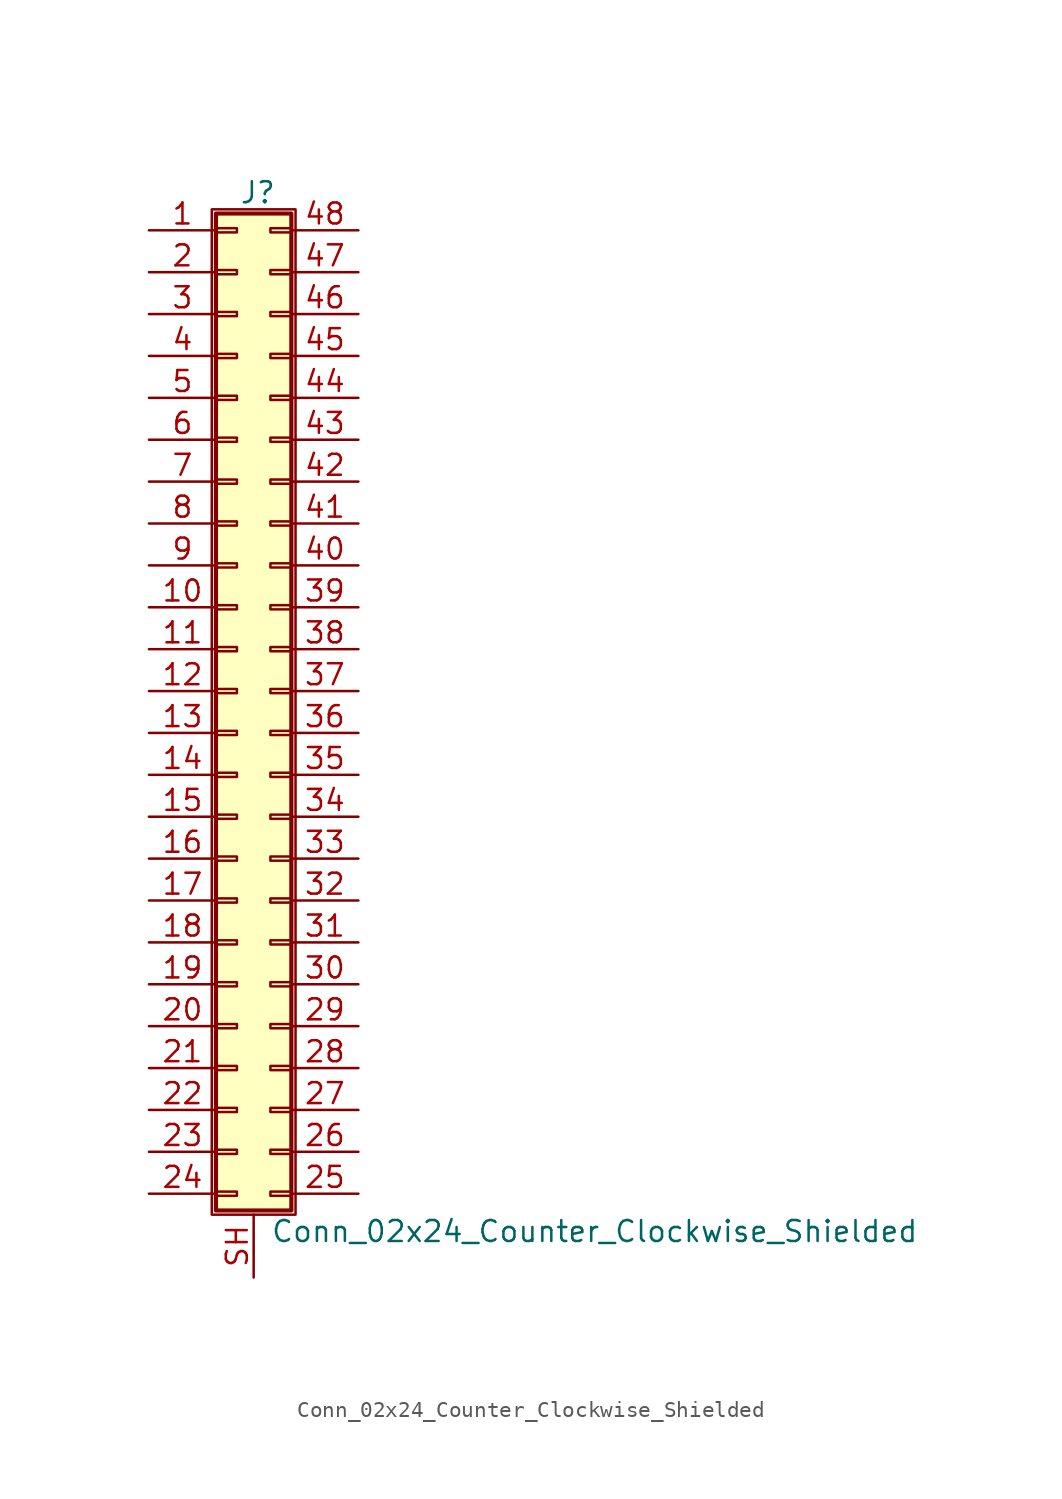
<source format=kicad_sym>
(kicad_symbol_lib
  (version 20201005)
  (generator kicad_symbol_editor)
  (symbol "Conn_02x24_Counter_Clockwise_Shielded"
    (pin_names
      (offset 1.016) hide)
    (property "Reference" "J"
      (at 1.524 30.226 0)
      (effects (font (size 1.27 1.27))))
    (property "Value" "Conn_02x24_Counter_Clockwise_Shielded"
      (at 2.286 -32.766 0)
      (effects (font (size 1.27 1.27)) (justify left)))
    (symbol "Conn_02x24_Counter_Clockwise_Shielded_1_1"
      (rectangle (start -1.27 29.21) (end 3.81 -31.75) (stroke (width 0.152)) (fill (type none)))
      (rectangle (start -1.016 -30.353) (end 0.254 -30.607) (stroke (width 0.152)) (fill (type none)))
      (rectangle (start -1.016 -27.813) (end 0.254 -28.067) (stroke (width 0.152)) (fill (type none)))
      (rectangle (start -1.016 -25.273) (end 0.254 -25.527) (stroke (width 0.152)) (fill (type none)))
      (rectangle (start -1.016 -22.733) (end 0.254 -22.987) (stroke (width 0.152)) (fill (type none)))
      (rectangle (start -1.016 -20.193) (end 0.254 -20.447) (stroke (width 0.152)) (fill (type none)))
      (rectangle (start -1.016 -17.653) (end 0.254 -17.907) (stroke (width 0.152)) (fill (type none)))
      (rectangle (start -1.016 -15.113) (end 0.254 -15.367) (stroke (width 0.152)) (fill (type none)))
      (rectangle (start -1.016 -12.573) (end 0.254 -12.827) (stroke (width 0.152)) (fill (type none)))
      (rectangle (start -1.016 -10.033) (end 0.254 -10.287) (stroke (width 0.152)) (fill (type none)))
      (rectangle (start -1.016 -7.493) (end 0.254 -7.747) (stroke (width 0.152)) (fill (type none)))
      (rectangle (start -1.016 -4.953) (end 0.254 -5.207) (stroke (width 0.152)) (fill (type none)))
      (rectangle (start -1.016 -2.413) (end 0.254 -2.667) (stroke (width 0.152)) (fill (type none)))
      (rectangle (start -1.016 0.127) (end 0.254 -0.127) (stroke (width 0.152)) (fill (type none)))
      (rectangle (start -1.016 2.667) (end 0.254 2.413) (stroke (width 0.152)) (fill (type none)))
      (rectangle (start -1.016 5.207) (end 0.254 4.953) (stroke (width 0.152)) (fill (type none)))
      (rectangle (start -1.016 7.747) (end 0.254 7.493) (stroke (width 0.152)) (fill (type none)))
      (rectangle (start -1.016 10.287) (end 0.254 10.033) (stroke (width 0.152)) (fill (type none)))
      (rectangle (start -1.016 12.827) (end 0.254 12.573) (stroke (width 0.152)) (fill (type none)))
      (rectangle (start -1.016 15.367) (end 0.254 15.113) (stroke (width 0.152)) (fill (type none)))
      (rectangle (start -1.016 17.907) (end 0.254 17.653) (stroke (width 0.152)) (fill (type none)))
      (rectangle (start -1.016 20.447) (end 0.254 20.193) (stroke (width 0.152)) (fill (type none)))
      (rectangle (start -1.016 22.987) (end 0.254 22.733) (stroke (width 0.152)) (fill (type none)))
      (rectangle (start -1.016 25.527) (end 0.254 25.273) (stroke (width 0.152)) (fill (type none)))
      (rectangle (start -1.016 28.067) (end 0.254 27.813) (stroke (width 0.152)) (fill (type none)))
      (rectangle (start -1.016 28.956) (end 3.556 -31.496) (stroke (width 0.254)) (fill (type background)))
      (rectangle (start 3.556 -30.353) (end 2.286 -30.607) (stroke (width 0.152)) (fill (type none)))
      (rectangle (start 3.556 -27.813) (end 2.286 -28.067) (stroke (width 0.152)) (fill (type none)))
      (rectangle (start 3.556 -25.273) (end 2.286 -25.527) (stroke (width 0.152)) (fill (type none)))
      (rectangle (start 3.556 -22.733) (end 2.286 -22.987) (stroke (width 0.152)) (fill (type none)))
      (rectangle (start 3.556 -20.193) (end 2.286 -20.447) (stroke (width 0.152)) (fill (type none)))
      (rectangle (start 3.556 -17.653) (end 2.286 -17.907) (stroke (width 0.152)) (fill (type none)))
      (rectangle (start 3.556 -15.113) (end 2.286 -15.367) (stroke (width 0.152)) (fill (type none)))
      (rectangle (start 3.556 -12.573) (end 2.286 -12.827) (stroke (width 0.152)) (fill (type none)))
      (rectangle (start 3.556 -10.033) (end 2.286 -10.287) (stroke (width 0.152)) (fill (type none)))
      (rectangle (start 3.556 -7.493) (end 2.286 -7.747) (stroke (width 0.152)) (fill (type none)))
      (rectangle (start 3.556 -4.953) (end 2.286 -5.207) (stroke (width 0.152)) (fill (type none)))
      (rectangle (start 3.556 -2.413) (end 2.286 -2.667) (stroke (width 0.152)) (fill (type none)))
      (rectangle (start 3.556 0.127) (end 2.286 -0.127) (stroke (width 0.152)) (fill (type none)))
      (rectangle (start 3.556 2.667) (end 2.286 2.413) (stroke (width 0.152)) (fill (type none)))
      (rectangle (start 3.556 5.207) (end 2.286 4.953) (stroke (width 0.152)) (fill (type none)))
      (rectangle (start 3.556 7.747) (end 2.286 7.493) (stroke (width 0.152)) (fill (type none)))
      (rectangle (start 3.556 10.287) (end 2.286 10.033) (stroke (width 0.152)) (fill (type none)))
      (rectangle (start 3.556 12.827) (end 2.286 12.573) (stroke (width 0.152)) (fill (type none)))
      (rectangle (start 3.556 15.367) (end 2.286 15.113) (stroke (width 0.152)) (fill (type none)))
      (rectangle (start 3.556 17.907) (end 2.286 17.653) (stroke (width 0.152)) (fill (type none)))
      (rectangle (start 3.556 20.447) (end 2.286 20.193) (stroke (width 0.152)) (fill (type none)))
      (rectangle (start 3.556 22.987) (end 2.286 22.733) (stroke (width 0.152)) (fill (type none)))
      (rectangle (start 3.556 25.527) (end 2.286 25.273) (stroke (width 0.152)) (fill (type none)))
      (rectangle (start 3.556 28.067) (end 2.286 27.813) (stroke (width 0.152)) (fill (type none)))
      (pin passive line (at -5.08 27.94 0) (length 4.064) (name "Pin_1" (effects (font (size 1.27 1.27)))) (number "1" (effects (font (size 1.27 1.27)))))
      (pin passive line (at -5.08 5.08 0) (length 4.064) (name "Pin_10" (effects (font (size 1.27 1.27)))) (number "10" (effects (font (size 1.27 1.27)))))
      (pin passive line (at -5.08 2.54 0) (length 4.064) (name "Pin_11" (effects (font (size 1.27 1.27)))) (number "11" (effects (font (size 1.27 1.27)))))
      (pin passive line (at -5.08 0 0) (length 4.064) (name "Pin_12" (effects (font (size 1.27 1.27)))) (number "12" (effects (font (size 1.27 1.27)))))
      (pin passive line (at -5.08 -2.54 0) (length 4.064) (name "Pin_13" (effects (font (size 1.27 1.27)))) (number "13" (effects (font (size 1.27 1.27)))))
      (pin passive line (at -5.08 -5.08 0) (length 4.064) (name "Pin_14" (effects (font (size 1.27 1.27)))) (number "14" (effects (font (size 1.27 1.27)))))
      (pin passive line (at -5.08 -7.62 0) (length 4.064) (name "Pin_15" (effects (font (size 1.27 1.27)))) (number "15" (effects (font (size 1.27 1.27)))))
      (pin passive line (at -5.08 -10.16 0) (length 4.064) (name "Pin_16" (effects (font (size 1.27 1.27)))) (number "16" (effects (font (size 1.27 1.27)))))
      (pin passive line (at -5.08 -12.7 0) (length 4.064) (name "Pin_17" (effects (font (size 1.27 1.27)))) (number "17" (effects (font (size 1.27 1.27)))))
      (pin passive line (at -5.08 -15.24 0) (length 4.064) (name "Pin_18" (effects (font (size 1.27 1.27)))) (number "18" (effects (font (size 1.27 1.27)))))
      (pin passive line (at -5.08 -17.78 0) (length 4.064) (name "Pin_19" (effects (font (size 1.27 1.27)))) (number "19" (effects (font (size 1.27 1.27)))))
      (pin passive line (at -5.08 25.4 0) (length 4.064) (name "Pin_2" (effects (font (size 1.27 1.27)))) (number "2" (effects (font (size 1.27 1.27)))))
      (pin passive line (at -5.08 -20.32 0) (length 4.064) (name "Pin_20" (effects (font (size 1.27 1.27)))) (number "20" (effects (font (size 1.27 1.27)))))
      (pin passive line (at -5.08 -22.86 0) (length 4.064) (name "Pin_21" (effects (font (size 1.27 1.27)))) (number "21" (effects (font (size 1.27 1.27)))))
      (pin passive line (at -5.08 -25.4 0) (length 4.064) (name "Pin_22" (effects (font (size 1.27 1.27)))) (number "22" (effects (font (size 1.27 1.27)))))
      (pin passive line (at -5.08 -27.94 0) (length 4.064) (name "Pin_23" (effects (font (size 1.27 1.27)))) (number "23" (effects (font (size 1.27 1.27)))))
      (pin passive line (at -5.08 -30.48 0) (length 4.064) (name "Pin_24" (effects (font (size 1.27 1.27)))) (number "24" (effects (font (size 1.27 1.27)))))
      (pin passive line (at 7.62 -30.48 180) (length 4.064) (name "Pin_25" (effects (font (size 1.27 1.27)))) (number "25" (effects (font (size 1.27 1.27)))))
      (pin passive line (at 7.62 -27.94 180) (length 4.064) (name "Pin_26" (effects (font (size 1.27 1.27)))) (number "26" (effects (font (size 1.27 1.27)))))
      (pin passive line (at 7.62 -25.4 180) (length 4.064) (name "Pin_27" (effects (font (size 1.27 1.27)))) (number "27" (effects (font (size 1.27 1.27)))))
      (pin passive line (at 7.62 -22.86 180) (length 4.064) (name "Pin_28" (effects (font (size 1.27 1.27)))) (number "28" (effects (font (size 1.27 1.27)))))
      (pin passive line (at 7.62 -20.32 180) (length 4.064) (name "Pin_29" (effects (font (size 1.27 1.27)))) (number "29" (effects (font (size 1.27 1.27)))))
      (pin passive line (at -5.08 22.86 0) (length 4.064) (name "Pin_3" (effects (font (size 1.27 1.27)))) (number "3" (effects (font (size 1.27 1.27)))))
      (pin passive line (at 7.62 -17.78 180) (length 4.064) (name "Pin_30" (effects (font (size 1.27 1.27)))) (number "30" (effects (font (size 1.27 1.27)))))
      (pin passive line (at 7.62 -15.24 180) (length 4.064) (name "Pin_31" (effects (font (size 1.27 1.27)))) (number "31" (effects (font (size 1.27 1.27)))))
      (pin passive line (at 7.62 -12.7 180) (length 4.064) (name "Pin_32" (effects (font (size 1.27 1.27)))) (number "32" (effects (font (size 1.27 1.27)))))
      (pin passive line (at 7.62 -10.16 180) (length 4.064) (name "Pin_33" (effects (font (size 1.27 1.27)))) (number "33" (effects (font (size 1.27 1.27)))))
      (pin passive line (at 7.62 -7.62 180) (length 4.064) (name "Pin_34" (effects (font (size 1.27 1.27)))) (number "34" (effects (font (size 1.27 1.27)))))
      (pin passive line (at 7.62 -5.08 180) (length 4.064) (name "Pin_35" (effects (font (size 1.27 1.27)))) (number "35" (effects (font (size 1.27 1.27)))))
      (pin passive line (at 7.62 -2.54 180) (length 4.064) (name "Pin_36" (effects (font (size 1.27 1.27)))) (number "36" (effects (font (size 1.27 1.27)))))
      (pin passive line (at 7.62 0 180) (length 4.064) (name "Pin_37" (effects (font (size 1.27 1.27)))) (number "37" (effects (font (size 1.27 1.27)))))
      (pin passive line (at 7.62 2.54 180) (length 4.064) (name "Pin_38" (effects (font (size 1.27 1.27)))) (number "38" (effects (font (size 1.27 1.27)))))
      (pin passive line (at 7.62 5.08 180) (length 4.064) (name "Pin_39" (effects (font (size 1.27 1.27)))) (number "39" (effects (font (size 1.27 1.27)))))
      (pin passive line (at -5.08 20.32 0) (length 4.064) (name "Pin_4" (effects (font (size 1.27 1.27)))) (number "4" (effects (font (size 1.27 1.27)))))
      (pin passive line (at 7.62 7.62 180) (length 4.064) (name "Pin_40" (effects (font (size 1.27 1.27)))) (number "40" (effects (font (size 1.27 1.27)))))
      (pin passive line (at 7.62 10.16 180) (length 4.064) (name "Pin_41" (effects (font (size 1.27 1.27)))) (number "41" (effects (font (size 1.27 1.27)))))
      (pin passive line (at 7.62 12.7 180) (length 4.064) (name "Pin_42" (effects (font (size 1.27 1.27)))) (number "42" (effects (font (size 1.27 1.27)))))
      (pin passive line (at 7.62 15.24 180) (length 4.064) (name "Pin_43" (effects (font (size 1.27 1.27)))) (number "43" (effects (font (size 1.27 1.27)))))
      (pin passive line (at 7.62 17.78 180) (length 4.064) (name "Pin_44" (effects (font (size 1.27 1.27)))) (number "44" (effects (font (size 1.27 1.27)))))
      (pin passive line (at 7.62 20.32 180) (length 4.064) (name "Pin_45" (effects (font (size 1.27 1.27)))) (number "45" (effects (font (size 1.27 1.27)))))
      (pin passive line (at 7.62 22.86 180) (length 4.064) (name "Pin_46" (effects (font (size 1.27 1.27)))) (number "46" (effects (font (size 1.27 1.27)))))
      (pin passive line (at 7.62 25.4 180) (length 4.064) (name "Pin_47" (effects (font (size 1.27 1.27)))) (number "47" (effects (font (size 1.27 1.27)))))
      (pin passive line (at 7.62 27.94 180) (length 4.064) (name "Pin_48" (effects (font (size 1.27 1.27)))) (number "48" (effects (font (size 1.27 1.27)))))
      (pin passive line (at -5.08 17.78 0) (length 4.064) (name "Pin_5" (effects (font (size 1.27 1.27)))) (number "5" (effects (font (size 1.27 1.27)))))
      (pin passive line (at -5.08 15.24 0) (length 4.064) (name "Pin_6" (effects (font (size 1.27 1.27)))) (number "6" (effects (font (size 1.27 1.27)))))
      (pin passive line (at -5.08 12.7 0) (length 4.064) (name "Pin_7" (effects (font (size 1.27 1.27)))) (number "7" (effects (font (size 1.27 1.27)))))
      (pin passive line (at -5.08 10.16 0) (length 4.064) (name "Pin_8" (effects (font (size 1.27 1.27)))) (number "8" (effects (font (size 1.27 1.27)))))
      (pin passive line (at -5.08 7.62 0) (length 4.064) (name "Pin_9" (effects (font (size 1.27 1.27)))) (number "9" (effects (font (size 1.27 1.27)))))
      (pin passive line (at 1.27 -35.56 90) (length 3.81) (name "Shield" (effects (font (size 1.27 1.27)))) (number "SH" (effects (font (size 1.27 1.27))))))))
</source>
